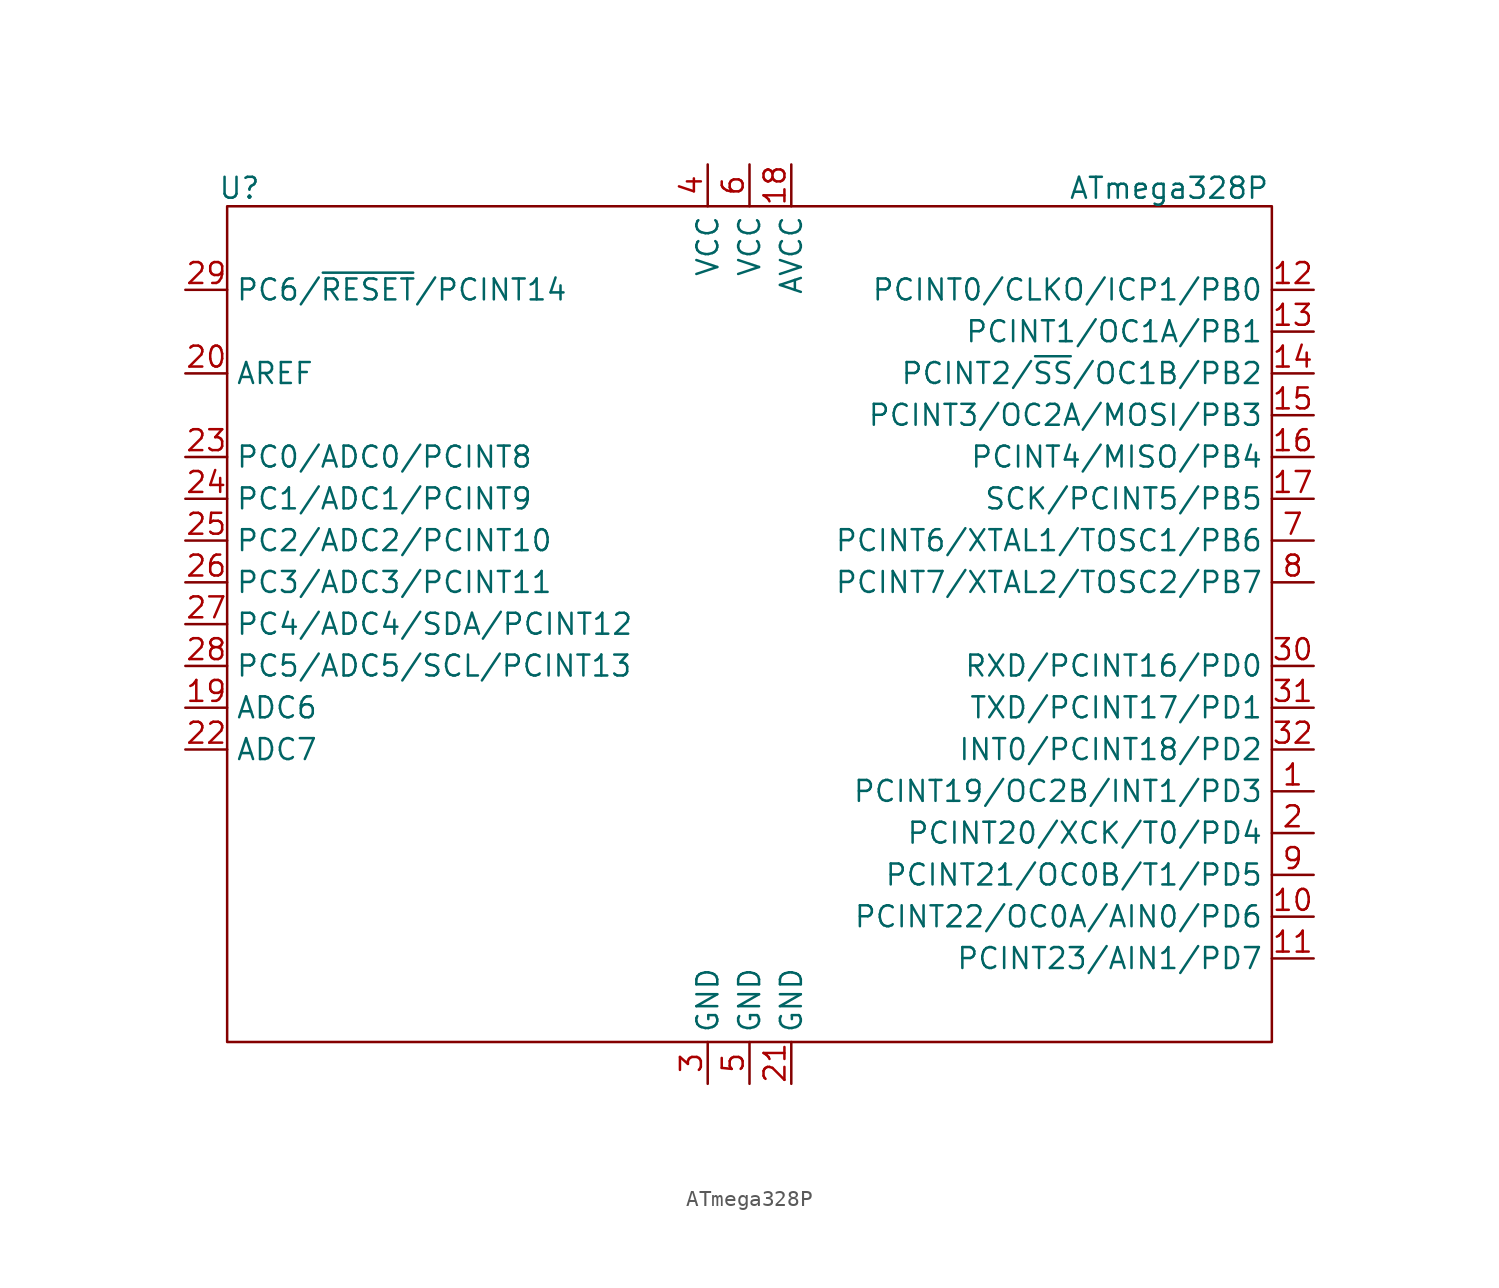
<source format=kicad_sym>
(kicad_symbol_lib
  (version 20241209)
  (generator "kicad_symbol_editor")
  (generator_version "9.0")
  (symbol "ATmega328P"
    (property "Reference" "U"
      (at -31 26.5 0)
      (effects (font (size 1.27 1.27))))
    (property "Value" "ATmega328P"
      (at 25.5 26.5 0)
      (effects (font (size 1.27 1.27))))
    (symbol "ATmega328P_0_0"
      (pin bidirectional line (at -34.29 20.32 0) (length 2.54) (name "PC6/~{RESET}/PCINT14" (effects (font (size 1.27 1.27)))) (number "29" (effects (font (size 1.27 1.27)))))
      (pin bidirectional line (at -34.29 15.24 0) (length 2.54) (name "AREF" (effects (font (size 1.27 1.27)))) (number "20" (effects (font (size 1.27 1.27)))))
      (pin bidirectional line (at -34.29 10.16 0) (length 2.54) (name "PC0/ADC0/PCINT8" (effects (font (size 1.27 1.27)))) (number "23" (effects (font (size 1.27 1.27)))))
      (pin bidirectional line (at -34.29 7.62 0) (length 2.54) (name "PC1/ADC1/PCINT9" (effects (font (size 1.27 1.27)))) (number "24" (effects (font (size 1.27 1.27)))))
      (pin bidirectional line (at -34.29 5.08 0) (length 2.54) (name "PC2/ADC2/PCINT10" (effects (font (size 1.27 1.27)))) (number "25" (effects (font (size 1.27 1.27)))))
      (pin bidirectional line (at -34.29 2.54 0) (length 2.54) (name "PC3/ADC3/PCINT11" (effects (font (size 1.27 1.27)))) (number "26" (effects (font (size 1.27 1.27)))))
      (pin bidirectional line (at -34.29 0 0) (length 2.54) (name "PC4/ADC4/SDA/PCINT12" (effects (font (size 1.27 1.27)))) (number "27" (effects (font (size 1.27 1.27)))))
      (pin bidirectional line (at -34.29 -2.54 0) (length 2.54) (name "PC5/ADC5/SCL/PCINT13" (effects (font (size 1.27 1.27)))) (number "28" (effects (font (size 1.27 1.27)))))
      (pin bidirectional line (at -34.29 -5.08 0) (length 2.54) (name "ADC6" (effects (font (size 1.27 1.27)))) (number "19" (effects (font (size 1.27 1.27)))))
      (pin bidirectional line (at -34.29 -7.62 0) (length 2.54) (name "ADC7" (effects (font (size 1.27 1.27)))) (number "22" (effects (font (size 1.27 1.27)))))
      (pin power_in line (at -2.54 27.94 270) (length 2.54) (name "VCC" (effects (font (size 1.27 1.27)))) (number "4" (effects (font (size 1.27 1.27)))))
      (pin power_in line (at -2.54 -27.94 90) (length 2.54) (name "GND" (effects (font (size 1.27 1.27)))) (number "3" (effects (font (size 1.27 1.27)))))
      (pin power_in line (at 0 27.94 270) (length 2.54) (name "VCC" (effects (font (size 1.27 1.27)))) (number "6" (effects (font (size 1.27 1.27)))))
      (pin power_in line (at 0 -27.94 90) (length 2.54) (name "GND" (effects (font (size 1.27 1.27)))) (number "5" (effects (font (size 1.27 1.27)))))
      (pin power_in line (at 2.54 27.94 270) (length 2.54) (name "AVCC" (effects (font (size 1.27 1.27)))) (number "18" (effects (font (size 1.27 1.27))))))
    (symbol "ATmega328P_0_1"
      (rectangle (start -31.75 25.4) (end 31.75 -25.4) (stroke (width 0) (type default)) (fill (type none))))
    (symbol "ATmega328P_1_0"
      (pin power_in line (at 2.54 -27.94 90) (length 2.54) (name "GND" (effects (font (size 1.27 1.27)))) (number "21" (effects (font (size 1.27 1.27)))))
      (pin bidirectional line (at 34.29 20.32 180) (length 2.54) (name "PCINT0/CLKO/ICP1/PB0" (effects (font (size 1.27 1.27)))) (number "12" (effects (font (size 1.27 1.27)))))
      (pin bidirectional line (at 34.29 17.78 180) (length 2.54) (name "PCINT1/OC1A/PB1" (effects (font (size 1.27 1.27)))) (number "13" (effects (font (size 1.27 1.27)))))
      (pin bidirectional line (at 34.29 15.24 180) (length 2.54) (name "PCINT2/~{SS}/OC1B/PB2" (effects (font (size 1.27 1.27)))) (number "14" (effects (font (size 1.27 1.27)))))
      (pin bidirectional line (at 34.29 12.7 180) (length 2.54) (name "PCINT3/OC2A/MOSI/PB3" (effects (font (size 1.27 1.27)))) (number "15" (effects (font (size 1.27 1.27)))))
      (pin bidirectional line (at 34.29 10.16 180) (length 2.54) (name "PCINT4/MISO/PB4" (effects (font (size 1.27 1.27)))) (number "16" (effects (font (size 1.27 1.27)))))
      (pin bidirectional line (at 34.29 7.62 180) (length 2.54) (name "SCK/PCINT5/PB5" (effects (font (size 1.27 1.27)))) (number "17" (effects (font (size 1.27 1.27)))))
      (pin bidirectional line (at 34.29 5.08 180) (length 2.54) (name "PCINT6/XTAL1/TOSC1/PB6" (effects (font (size 1.27 1.27)))) (number "7" (effects (font (size 1.27 1.27)))))
      (pin bidirectional line (at 34.29 2.54 180) (length 2.54) (name "PCINT7/XTAL2/TOSC2/PB7" (effects (font (size 1.27 1.27)))) (number "8" (effects (font (size 1.27 1.27)))))
      (pin bidirectional line (at 34.29 -2.54 180) (length 2.54) (name "RXD/PCINT16/PD0" (effects (font (size 1.27 1.27)))) (number "30" (effects (font (size 1.27 1.27)))))
      (pin bidirectional line (at 34.29 -5.08 180) (length 2.54) (name "TXD/PCINT17/PD1" (effects (font (size 1.27 1.27)))) (number "31" (effects (font (size 1.27 1.27)))))
      (pin bidirectional line (at 34.29 -7.62 180) (length 2.54) (name "INT0/PCINT18/PD2" (effects (font (size 1.27 1.27)))) (number "32" (effects (font (size 1.27 1.27)))))
      (pin bidirectional line (at 34.29 -10.16 180) (length 2.54) (name "PCINT19/OC2B/INT1/PD3" (effects (font (size 1.27 1.27)))) (number "1" (effects (font (size 1.27 1.27)))))
      (pin bidirectional line (at 34.29 -12.7 180) (length 2.54) (name "PCINT20/XCK/T0/PD4" (effects (font (size 1.27 1.27)))) (number "2" (effects (font (size 1.27 1.27)))))
      (pin bidirectional line (at 34.29 -15.24 180) (length 2.54) (name "PCINT21/OC0B/T1/PD5" (effects (font (size 1.27 1.27)))) (number "9" (effects (font (size 1.27 1.27)))))
      (pin bidirectional line (at 34.29 -17.78 180) (length 2.54) (name "PCINT22/OC0A/AIN0/PD6" (effects (font (size 1.27 1.27)))) (number "10" (effects (font (size 1.27 1.27)))))
      (pin bidirectional line (at 34.29 -20.32 180) (length 2.54) (name "PCINT23/AIN1/PD7" (effects (font (size 1.27 1.27)))) (number "11" (effects (font (size 1.27 1.27))))))))
</source>
